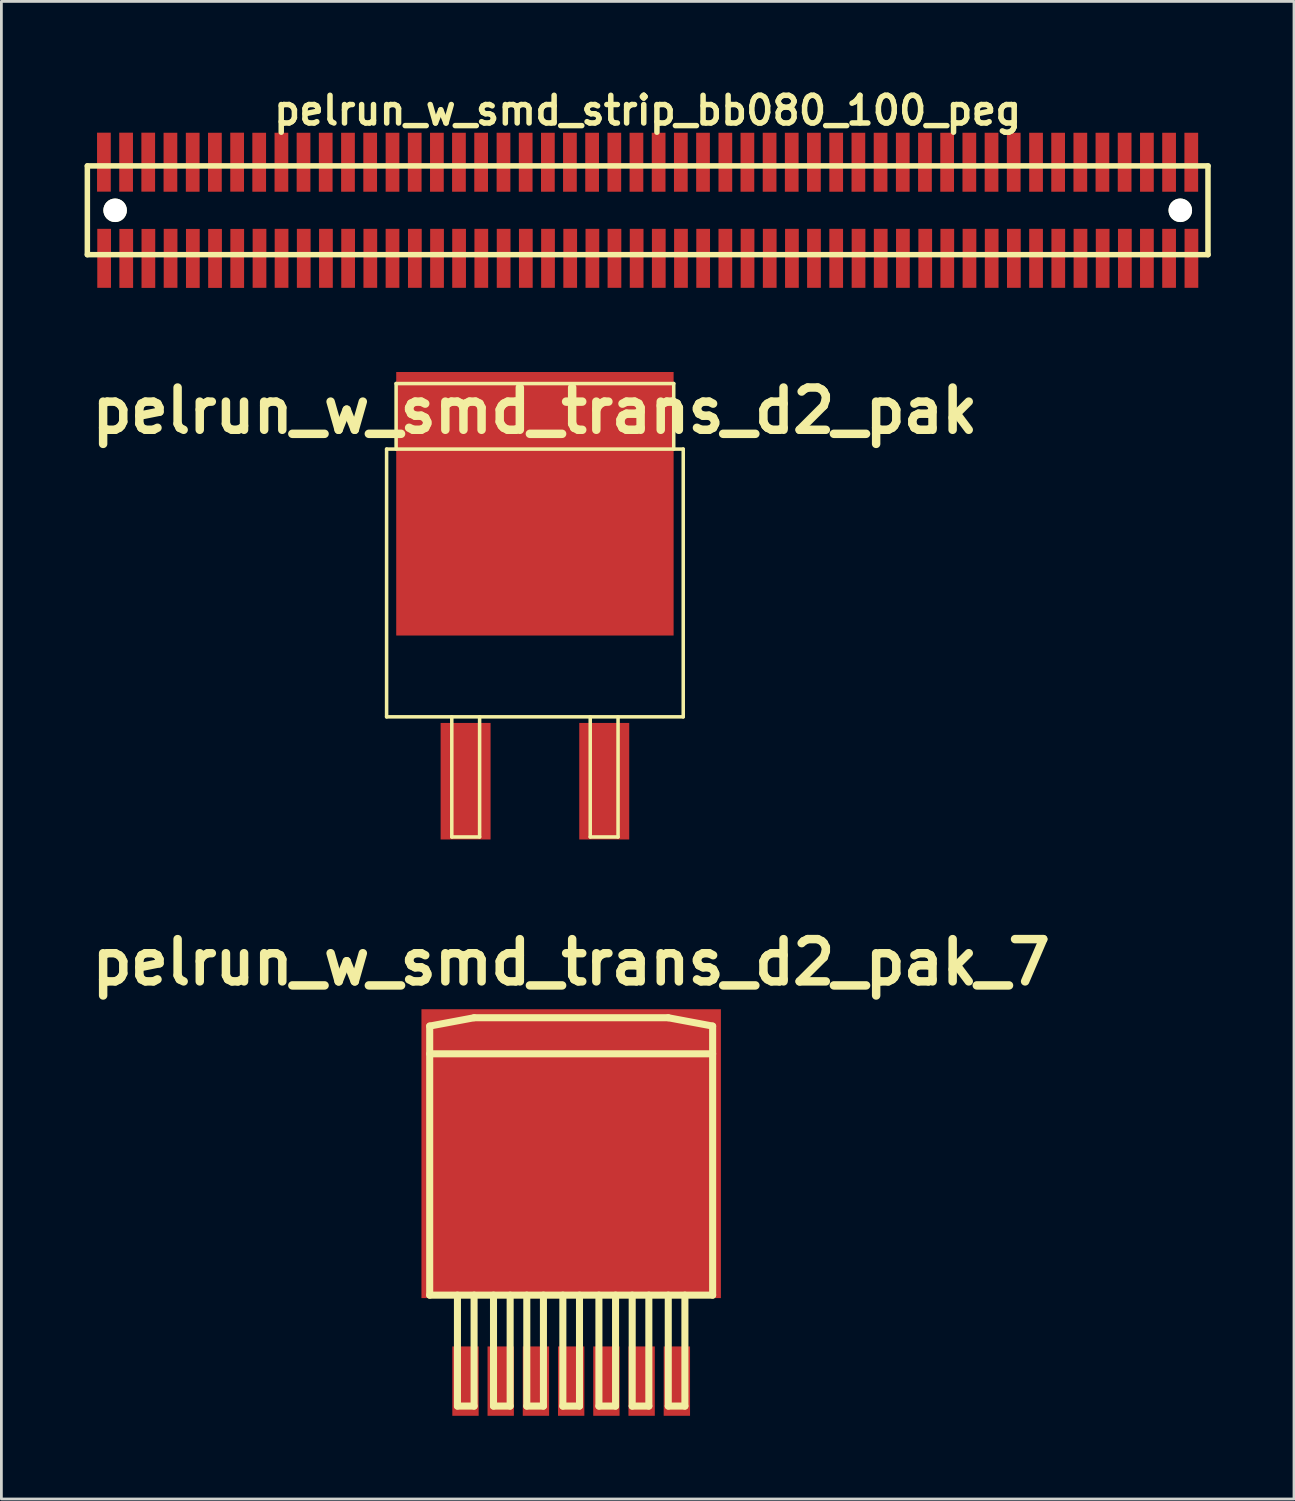
<source format=kicad_pcb>
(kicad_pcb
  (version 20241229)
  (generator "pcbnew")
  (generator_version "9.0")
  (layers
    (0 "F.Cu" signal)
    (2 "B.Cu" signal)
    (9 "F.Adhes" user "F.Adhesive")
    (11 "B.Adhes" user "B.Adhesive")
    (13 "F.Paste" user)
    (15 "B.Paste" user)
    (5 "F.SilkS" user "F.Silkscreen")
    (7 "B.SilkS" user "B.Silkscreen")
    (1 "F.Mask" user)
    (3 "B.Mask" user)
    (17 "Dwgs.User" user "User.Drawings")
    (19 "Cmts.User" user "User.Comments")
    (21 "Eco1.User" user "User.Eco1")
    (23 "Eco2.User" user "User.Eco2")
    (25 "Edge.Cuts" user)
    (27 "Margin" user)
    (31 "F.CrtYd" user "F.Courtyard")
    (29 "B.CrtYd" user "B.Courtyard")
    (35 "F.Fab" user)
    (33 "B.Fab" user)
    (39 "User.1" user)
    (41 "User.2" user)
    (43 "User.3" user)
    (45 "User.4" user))
  (footprint "pelrun_w_smd_trans_d2_pak_7"
    (layer "F.Cu")
    (at 17.541 40.64)
    (property "Reference" "pelrun_w_smd_trans_d2_pak_7" (at 0 -9 0) (layer "F.SilkS") (effects (font (size 1.524 1.524) (thickness 0.305))))
    (attr through_hole)
    (fp_line (start -5.1 -6.7) (end -5.1 3) (stroke (width 0.254) (type solid)) (layer "F.SilkS"))
    (fp_line (start -5.1 -5.7) (end 5.1 -5.7) (stroke (width 0.254) (type solid)) (layer "F.SilkS"))
    (fp_line (start -5.1 3) (end 5.1 3) (stroke (width 0.254) (type solid)) (layer "F.SilkS"))
    (fp_line (start -4.1 7) (end -4.1 3) (stroke (width 0.254) (type solid)) (layer "F.SilkS"))
    (fp_line (start -4.1 7) (end -3.5 7) (stroke (width 0.254) (type solid)) (layer "F.SilkS"))
    (fp_line (start -3.5 -7) (end -5.1 -6.7) (stroke (width 0.254) (type solid)) (layer "F.SilkS"))
    (fp_line (start -3.5 -7) (end 3.5 -7) (stroke (width 0.254) (type solid)) (layer "F.SilkS"))
    (fp_line (start -3.5 7) (end -3.5 3) (stroke (width 0.254) (type solid)) (layer "F.SilkS"))
    (fp_line (start -2.8 7) (end -2.8 3) (stroke (width 0.254) (type solid)) (layer "F.SilkS"))
    (fp_line (start -2.8 7) (end -2.2 7) (stroke (width 0.254) (type solid)) (layer "F.SilkS"))
    (fp_line (start -2.2 7) (end -2.2 3) (stroke (width 0.254) (type solid)) (layer "F.SilkS"))
    (fp_line (start -1.6 7) (end -1.6 3) (stroke (width 0.254) (type solid)) (layer "F.SilkS"))
    (fp_line (start -1.6 7) (end -1 7) (stroke (width 0.254) (type solid)) (layer "F.SilkS"))
    (fp_line (start -1 7) (end -1 3) (stroke (width 0.254) (type solid)) (layer "F.SilkS"))
    (fp_line (start -0.3 7) (end -0.3 3) (stroke (width 0.254) (type solid)) (layer "F.SilkS"))
    (fp_line (start -0.3 7) (end 0.3 7) (stroke (width 0.254) (type solid)) (layer "F.SilkS"))
    (fp_line (start 0.3 7) (end 0.3 3) (stroke (width 0.254) (type solid)) (layer "F.SilkS"))
    (fp_line (start 1 7) (end 1 3) (stroke (width 0.254) (type solid)) (layer "F.SilkS"))
    (fp_line (start 1 7) (end 1.6 7) (stroke (width 0.254) (type solid)) (layer "F.SilkS"))
    (fp_line (start 1.6 7) (end 1.6 3) (stroke (width 0.254) (type solid)) (layer "F.SilkS"))
    (fp_line (start 2.2 7) (end 2.2 3) (stroke (width 0.254) (type solid)) (layer "F.SilkS"))
    (fp_line (start 2.2 7) (end 2.8 7) (stroke (width 0.254) (type solid)) (layer "F.SilkS"))
    (fp_line (start 2.8 7) (end 2.8 3) (stroke (width 0.254) (type solid)) (layer "F.SilkS"))
    (fp_line (start 3.5 -7) (end 5.1 -6.7) (stroke (width 0.254) (type solid)) (layer "F.SilkS"))
    (fp_line (start 3.5 7) (end 3.5 3) (stroke (width 0.254) (type solid)) (layer "F.SilkS"))
    (fp_line (start 3.5 7) (end 4.1 7) (stroke (width 0.254) (type solid)) (layer "F.SilkS"))
    (fp_line (start 4.1 7) (end 4.1 3) (stroke (width 0.254) (type solid)) (layer "F.SilkS"))
    (fp_line (start 5.1 -6.7) (end 5.1 3) (stroke (width 0.254) (type solid)) (layer "F.SilkS"))
    (pad "1" smd rect (at -3.81 6.1) (size 0.95 2.5) (layers "F.Cu" "F.Mask" "F.Paste"))
    (pad "2" smd rect (at -2.54 6.1) (size 0.95 2.5) (layers "F.Cu" "F.Mask" "F.Paste"))
    (pad "2" smd rect (at 0 -2.1) (size 10.795 10.414) (layers "F.Cu" "F.Mask" "F.Paste"))
    (pad "3" smd rect (at -1.27 6.1) (size 0.95 2.5) (layers "F.Cu" "F.Mask" "F.Paste"))
    (pad "4" smd rect (at 0 6.1) (size 0.95 2.5) (layers "F.Cu" "F.Mask" "F.Paste"))
    (pad "5" smd rect (at 1.27 6.1) (size 0.95 2.5) (layers "F.Cu" "F.Mask" "F.Paste"))
    (pad "6" smd rect (at 2.54 6.1) (size 0.95 2.5) (layers "F.Cu" "F.Mask" "F.Paste"))
    (pad "7" smd rect (at 3.81 6.1) (size 0.95 2.5) (layers "F.Cu" "F.Mask" "F.Paste")))
  (footprint "pelrun_w_smd_strip_bb080_100_peg"
    (layer "F.Cu")
    (at 20.3 4.531)
    (property "Reference" "pelrun_w_smd_strip_bb080_100_peg" (at 0 -3.599 0) (layer "F.SilkS") (effects (font (size 0.998 0.998) (thickness 0.198))))
    (attr through_hole)
    (fp_line (start -20.201 -1.6) (end -20.201 1.6) (stroke (width 0.198) (type solid)) (layer "F.SilkS"))
    (fp_line (start -20.201 -1.6) (end 20.201 -1.6) (stroke (width 0.198) (type solid)) (layer "F.SilkS"))
    (fp_line (start 20.198 1.6) (end 20.198 -1.6) (stroke (width 0.198) (type solid)) (layer "F.SilkS"))
    (fp_line (start 20.201 1.6) (end -20.201 1.6) (stroke (width 0.198) (type solid)) (layer "F.SilkS"))
    (pad "" np_thru_hole circle (at -19.2 0) (size 0.848 0.848) (drill 0.848) (layers "*.Cu" "*.Mask" "F.SilkS"))
    (pad "" np_thru_hole circle (at 19.2 0) (size 0.848 0.848) (drill 0.848) (layers "*.Cu" "*.Mask" "F.SilkS"))
    (pad "1" smd rect (at -19.596 1.732) (size 0.495 2.126) (layers "F.Cu" "F.Mask" "F.Paste"))
    (pad "2" smd rect (at -19.604 -1.735) (size 0.495 2.126) (layers "F.Cu" "F.Mask" "F.Paste"))
    (pad "3" smd rect (at -18.799 1.735) (size 0.495 2.126) (layers "F.Cu" "F.Mask" "F.Paste"))
    (pad "4" smd rect (at -18.804 -1.735) (size 0.495 2.126) (layers "F.Cu" "F.Mask" "F.Paste"))
    (pad "5" smd rect (at -18.001 1.735) (size 0.495 2.126) (layers "F.Cu" "F.Mask" "F.Paste"))
    (pad "6" smd rect (at -18.006 -1.735) (size 0.495 2.126) (layers "F.Cu" "F.Mask" "F.Paste"))
    (pad "7" smd rect (at -17.201 1.732) (size 0.495 2.126) (layers "F.Cu" "F.Mask" "F.Paste"))
    (pad "8" smd rect (at -17.206 -1.732) (size 0.495 2.126) (layers "F.Cu" "F.Mask" "F.Paste"))
    (pad "9" smd rect (at -16.398 1.735) (size 0.495 2.126) (layers "F.Cu" "F.Mask" "F.Paste"))
    (pad "10" smd rect (at -16.403 -1.732) (size 0.495 2.126) (layers "F.Cu" "F.Mask" "F.Paste"))
    (pad "11" smd rect (at -15.598 1.735) (size 0.495 2.126) (layers "F.Cu" "F.Mask" "F.Paste"))
    (pad "12" smd rect (at -15.603 -1.732) (size 0.495 2.126) (layers "F.Cu" "F.Mask" "F.Paste"))
    (pad "13" smd rect (at -14.798 1.735) (size 0.495 2.126) (layers "F.Cu" "F.Mask" "F.Paste"))
    (pad "14" smd rect (at -14.801 -1.735) (size 0.495 2.126) (layers "F.Cu" "F.Mask" "F.Paste"))
    (pad "15" smd rect (at -13.995 1.732) (size 0.495 2.126) (layers "F.Cu" "F.Mask" "F.Paste"))
    (pad "16" smd rect (at -14.006 -1.732) (size 0.495 2.126) (layers "F.Cu" "F.Mask" "F.Paste"))
    (pad "17" smd rect (at -13.2 1.732) (size 0.495 2.126) (layers "F.Cu" "F.Mask" "F.Paste"))
    (pad "18" smd rect (at -13.205 -1.732) (size 0.495 2.126) (layers "F.Cu" "F.Mask" "F.Paste"))
    (pad "19" smd rect (at -12.4 1.732) (size 0.495 2.126) (layers "F.Cu" "F.Mask" "F.Paste"))
    (pad "20" smd rect (at -12.408 -1.732) (size 0.495 2.126) (layers "F.Cu" "F.Mask" "F.Paste"))
    (pad "21" smd rect (at -11.6 1.732) (size 0.495 2.126) (layers "F.Cu" "F.Mask" "F.Paste"))
    (pad "22" smd rect (at -11.608 -1.732) (size 0.495 2.126) (layers "F.Cu" "F.Mask" "F.Paste"))
    (pad "23" smd rect (at -10.8 1.732) (size 0.495 2.126) (layers "F.Cu" "F.Mask" "F.Paste"))
    (pad "24" smd rect (at -10.805 -1.732) (size 0.495 2.126) (layers "F.Cu" "F.Mask" "F.Paste"))
    (pad "25" smd rect (at -10 1.732) (size 0.495 2.126) (layers "F.Cu" "F.Mask" "F.Paste"))
    (pad "26" smd rect (at -10.005 -1.732) (size 0.495 2.126) (layers "F.Cu" "F.Mask" "F.Paste"))
    (pad "27" smd rect (at -9.2 1.732) (size 0.495 2.126) (layers "F.Cu" "F.Mask" "F.Paste"))
    (pad "28" smd rect (at -9.2 -1.732) (size 0.495 2.126) (layers "F.Cu" "F.Mask" "F.Paste"))
    (pad "29" smd rect (at -8.395 1.732) (size 0.495 2.126) (layers "F.Cu" "F.Mask" "F.Paste"))
    (pad "30" smd rect (at -8.4 -1.732) (size 0.495 2.126) (layers "F.Cu" "F.Mask" "F.Paste"))
    (pad "31" smd rect (at -7.595 1.732) (size 0.495 2.126) (layers "F.Cu" "F.Mask" "F.Paste"))
    (pad "32" smd rect (at -7.6 -1.732) (size 0.495 2.126) (layers "F.Cu" "F.Mask" "F.Paste"))
    (pad "33" smd rect (at -6.8 1.732) (size 0.495 2.126) (layers "F.Cu" "F.Mask" "F.Paste"))
    (pad "34" smd rect (at -6.805 -1.732) (size 0.495 2.126) (layers "F.Cu" "F.Mask" "F.Paste"))
    (pad "35" smd rect (at -5.999 1.732) (size 0.495 2.126) (layers "F.Cu" "F.Mask" "F.Paste"))
    (pad "36" smd rect (at -6.005 -1.732) (size 0.495 2.126) (layers "F.Cu" "F.Mask" "F.Paste"))
    (pad "37" smd rect (at -5.194 1.732) (size 0.495 2.126) (layers "F.Cu" "F.Mask" "F.Paste"))
    (pad "38" smd rect (at -5.199 -1.732) (size 0.495 2.126) (layers "F.Cu" "F.Mask" "F.Paste"))
    (pad "39" smd rect (at -4.394 1.732) (size 0.495 2.126) (layers "F.Cu" "F.Mask" "F.Paste"))
    (pad "40" smd rect (at -4.399 -1.732) (size 0.495 2.126) (layers "F.Cu" "F.Mask" "F.Paste"))
    (pad "41" smd rect (at -3.594 1.732) (size 0.495 2.126) (layers "F.Cu" "F.Mask" "F.Paste"))
    (pad "42" smd rect (at -3.599 -1.732) (size 0.495 2.126) (layers "F.Cu" "F.Mask" "F.Paste"))
    (pad "43" smd rect (at -2.794 1.732) (size 0.495 2.126) (layers "F.Cu" "F.Mask" "F.Paste"))
    (pad "44" smd rect (at -2.804 -1.732) (size 0.495 2.126) (layers "F.Cu" "F.Mask" "F.Paste"))
    (pad "45" smd rect (at -1.994 1.732) (size 0.495 2.126) (layers "F.Cu" "F.Mask" "F.Paste"))
    (pad "46" smd rect (at -2.004 -1.732) (size 0.495 2.126) (layers "F.Cu" "F.Mask" "F.Paste"))
    (pad "47" smd rect (at -1.199 1.732) (size 0.495 2.126) (layers "F.Cu" "F.Mask" "F.Paste"))
    (pad "48" smd rect (at -1.204 -1.732) (size 0.495 2.126) (layers "F.Cu" "F.Mask" "F.Paste"))
    (pad "49" smd rect (at -0.399 1.732) (size 0.495 2.126) (layers "F.Cu" "F.Mask" "F.Paste"))
    (pad "50" smd rect (at -0.406 -1.732) (size 0.495 2.126) (layers "F.Cu" "F.Mask" "F.Paste"))
    (pad "51" smd rect (at 0.399 1.732) (size 0.495 2.126) (layers "F.Cu" "F.Mask" "F.Paste"))
    (pad "52" smd rect (at 0.394 -1.732) (size 0.495 2.126) (layers "F.Cu" "F.Mask" "F.Paste"))
    (pad "53" smd rect (at 1.199 1.732) (size 0.495 2.126) (layers "F.Cu" "F.Mask" "F.Paste"))
    (pad "54" smd rect (at 1.194 -1.732) (size 0.495 2.126) (layers "F.Cu" "F.Mask" "F.Paste"))
    (pad "55" smd rect (at 1.999 1.732) (size 0.495 2.126) (layers "F.Cu" "F.Mask" "F.Paste"))
    (pad "56" smd rect (at 1.994 -1.732) (size 0.495 2.126) (layers "F.Cu" "F.Mask" "F.Paste"))
    (pad "57" smd rect (at 2.799 1.732) (size 0.495 2.126) (layers "F.Cu" "F.Mask" "F.Paste"))
    (pad "58" smd rect (at 2.799 -1.732) (size 0.495 2.126) (layers "F.Cu" "F.Mask" "F.Paste"))
    (pad "59" smd rect (at 3.599 1.732) (size 0.495 2.126) (layers "F.Cu" "F.Mask" "F.Paste"))
    (pad "60" smd rect (at 3.594 -1.732) (size 0.495 2.126) (layers "F.Cu" "F.Mask" "F.Paste"))
    (pad "61" smd rect (at 4.399 1.732) (size 0.495 2.126) (layers "F.Cu" "F.Mask" "F.Paste"))
    (pad "62" smd rect (at 4.394 -1.732) (size 0.495 2.126) (layers "F.Cu" "F.Mask" "F.Paste"))
    (pad "63" smd rect (at 5.199 1.732) (size 0.495 2.126) (layers "F.Cu" "F.Mask" "F.Paste"))
    (pad "64" smd rect (at 5.192 -1.732) (size 0.495 2.126) (layers "F.Cu" "F.Mask" "F.Paste"))
    (pad "65" smd rect (at 5.994 1.732) (size 0.495 2.126) (layers "F.Cu" "F.Mask" "F.Paste"))
    (pad "66" smd rect (at 5.992 -1.732) (size 0.495 2.126) (layers "F.Cu" "F.Mask" "F.Paste"))
    (pad "67" smd rect (at 6.795 1.732) (size 0.495 2.126) (layers "F.Cu" "F.Mask" "F.Paste"))
    (pad "68" smd rect (at 6.795 -1.732) (size 0.495 2.126) (layers "F.Cu" "F.Mask" "F.Paste"))
    (pad "69" smd rect (at 7.6 1.732) (size 0.495 2.126) (layers "F.Cu" "F.Mask" "F.Paste"))
    (pad "70" smd rect (at 7.595 -1.732) (size 0.495 2.126) (layers "F.Cu" "F.Mask" "F.Paste"))
    (pad "71" smd rect (at 8.4 1.732) (size 0.495 2.126) (layers "F.Cu" "F.Mask" "F.Paste"))
    (pad "72" smd rect (at 8.395 -1.732) (size 0.495 2.126) (layers "F.Cu" "F.Mask" "F.Paste"))
    (pad "73" smd rect (at 9.2 1.732) (size 0.495 2.126) (layers "F.Cu" "F.Mask" "F.Paste"))
    (pad "74" smd rect (at 9.195 -1.732) (size 0.495 2.126) (layers "F.Cu" "F.Mask" "F.Paste"))
    (pad "75" smd rect (at 10.005 1.732) (size 0.495 2.126) (layers "F.Cu" "F.Mask" "F.Paste"))
    (pad "76" smd rect (at 9.995 -1.732) (size 0.495 2.126) (layers "F.Cu" "F.Mask" "F.Paste"))
    (pad "77" smd rect (at 10.8 1.732) (size 0.495 2.126) (layers "F.Cu" "F.Mask" "F.Paste"))
    (pad "78" smd rect (at 10.795 -1.732) (size 0.495 2.126) (layers "F.Cu" "F.Mask" "F.Paste"))
    (pad "79" smd rect (at 11.6 1.732) (size 0.495 2.126) (layers "F.Cu" "F.Mask" "F.Paste"))
    (pad "80" smd rect (at 11.595 -1.732) (size 0.495 2.126) (layers "F.Cu" "F.Mask" "F.Paste"))
    (pad "81" smd rect (at 12.4 1.732) (size 0.495 2.126) (layers "F.Cu" "F.Mask" "F.Paste"))
    (pad "82" smd rect (at 12.395 -1.732) (size 0.495 2.126) (layers "F.Cu" "F.Mask" "F.Paste"))
    (pad "83" smd rect (at 13.2 1.732) (size 0.495 2.126) (layers "F.Cu" "F.Mask" "F.Paste"))
    (pad "84" smd rect (at 13.195 -1.732) (size 0.495 2.126) (layers "F.Cu" "F.Mask" "F.Paste"))
    (pad "85" smd rect (at 14 1.732) (size 0.495 2.126) (layers "F.Cu" "F.Mask" "F.Paste"))
    (pad "86" smd rect (at 14 -1.732) (size 0.495 2.126) (layers "F.Cu" "F.Mask" "F.Paste"))
    (pad "87" smd rect (at 14.801 1.732) (size 0.495 2.126) (layers "F.Cu" "F.Mask" "F.Paste"))
    (pad "88" smd rect (at 14.796 -1.732) (size 0.495 2.126) (layers "F.Cu" "F.Mask" "F.Paste"))
    (pad "89" smd rect (at 15.601 1.732) (size 0.495 2.126) (layers "F.Cu" "F.Mask" "F.Paste"))
    (pad "90" smd rect (at 15.596 -1.732) (size 0.495 2.126) (layers "F.Cu" "F.Mask" "F.Paste"))
    (pad "91" smd rect (at 16.401 1.732) (size 0.495 2.126) (layers "F.Cu" "F.Mask" "F.Paste"))
    (pad "92" smd rect (at 16.393 -1.732) (size 0.495 2.126) (layers "F.Cu" "F.Mask" "F.Paste"))
    (pad "93" smd rect (at 17.201 1.732) (size 0.495 2.126) (layers "F.Cu" "F.Mask" "F.Paste"))
    (pad "94" smd rect (at 17.193 -1.732) (size 0.495 2.126) (layers "F.Cu" "F.Mask" "F.Paste"))
    (pad "95" smd rect (at 17.996 1.732) (size 0.495 2.126) (layers "F.Cu" "F.Mask" "F.Paste"))
    (pad "96" smd rect (at 17.996 -1.732) (size 0.495 2.126) (layers "F.Cu" "F.Mask" "F.Paste"))
    (pad "97" smd rect (at 18.796 1.732) (size 0.495 2.126) (layers "F.Cu" "F.Mask" "F.Paste"))
    (pad "98" smd rect (at 18.796 -1.732) (size 0.495 2.126) (layers "F.Cu" "F.Mask" "F.Paste"))
    (pad "99" smd rect (at 19.601 1.732) (size 0.495 2.126) (layers "F.Cu" "F.Mask" "F.Paste"))
    (pad "100" smd rect (at 19.596 -1.732) (size 0.495 2.126) (layers "F.Cu" "F.Mask" "F.Paste")))
  (footprint "pelrun_w_smd_trans_d2_pak"
    (layer "F.Cu")
    (at 16.234 20.112)
    (property "Reference" "pelrun_w_smd_trans_d2_pak" (at 0 -8.357 0) (layer "F.SilkS") (effects (font (size 1.524 1.524) (thickness 0.305))))
    (attr through_hole)
    (fp_line (start -5.347 -6.972) (end 5.347 -6.972) (stroke (width 0.127) (type solid)) (layer "F.SilkS"))
    (fp_line (start -5.347 2.68) (end -5.347 -6.972) (stroke (width 0.127) (type solid)) (layer "F.SilkS"))
    (fp_line (start -5.004 -9.335) (end 5.004 -9.335) (stroke (width 0.127) (type solid)) (layer "F.SilkS"))
    (fp_line (start -5.004 -6.972) (end -5.004 -9.335) (stroke (width 0.127) (type solid)) (layer "F.SilkS"))
    (fp_line (start -2.997 2.68) (end -2.997 7.01) (stroke (width 0.127) (type solid)) (layer "F.SilkS"))
    (fp_line (start -2.997 7.01) (end -1.994 7.01) (stroke (width 0.127) (type solid)) (layer "F.SilkS"))
    (fp_line (start -1.994 7.01) (end -1.994 2.68) (stroke (width 0.127) (type solid)) (layer "F.SilkS"))
    (fp_line (start 1.994 2.68) (end 1.994 7.01) (stroke (width 0.127) (type solid)) (layer "F.SilkS"))
    (fp_line (start 1.994 7.01) (end 2.997 7.01) (stroke (width 0.127) (type solid)) (layer "F.SilkS"))
    (fp_line (start 2.997 7.01) (end 2.997 2.68) (stroke (width 0.127) (type solid)) (layer "F.SilkS"))
    (fp_line (start 5.004 -9.335) (end 5.004 -6.972) (stroke (width 0.127) (type solid)) (layer "F.SilkS"))
    (fp_line (start 5.347 -6.972) (end 5.347 2.68) (stroke (width 0.127) (type solid)) (layer "F.SilkS"))
    (fp_line (start 5.347 2.68) (end -5.347 2.68) (stroke (width 0.127) (type solid)) (layer "F.SilkS"))
    (pad "1" smd rect (at -2.499 5.001) (size 1.801 4.201) (layers "F.Cu" "F.Mask" "F.Paste"))
    (pad "2" smd rect (at 0 -5.001) (size 10 9.5) (layers "F.Cu" "F.Mask" "F.Paste"))
    (pad "3" smd rect (at 2.499 5.001) (size 1.801 4.201) (layers "F.Cu" "F.Mask" "F.Paste")))
  (gr_rect
    (start -3 -3)
    (end 43.599 50.99)
    (stroke (width 0.1) (type default))
    (fill no)
    (layer "Edge.Cuts")))
</source>
